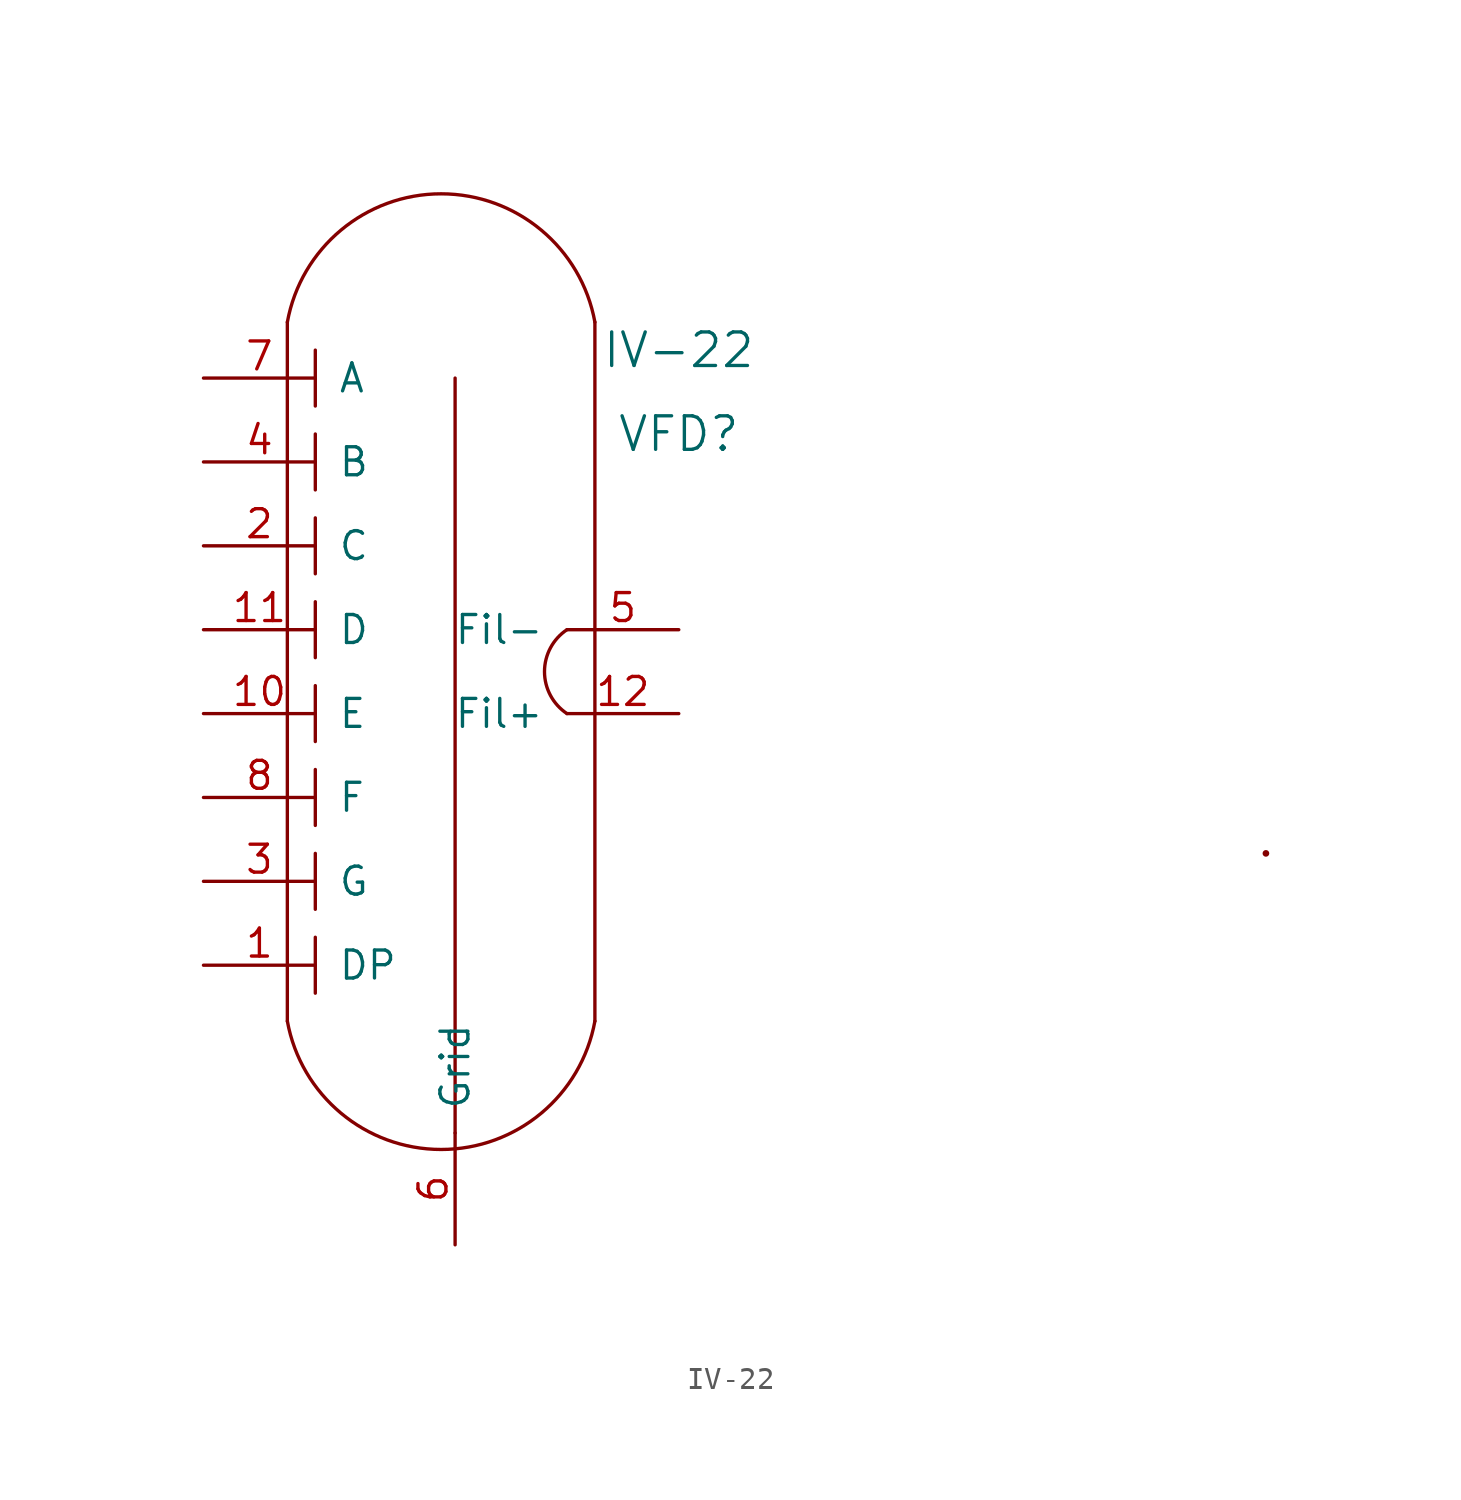
<source format=kicad_sym>
(kicad_symbol_lib
  (version 20211014)
  (generator kicad_symbol_editor)
  (symbol "IV-22"
    (pin_names
      (offset 1.016))
    (property "Reference" "VFD"
      (at 10.16 13.97 0)
      (effects (font (size 1.524 1.524))))
    (property "Value" "IV-22"
      (at 10.16 17.78 0)
      (effects (font (size 1.524 1.524))))
    (symbol "IV-22_0_1"
      (arc (start -7.62 -12.7) (mid -0.635 -18.5295) (end 6.35 -12.7) (stroke (width 0) (type default) (color 0 0 0 0)) (fill (type none)))
      (polyline (pts (xy -7.62 19.05) (xy -7.62 -12.7)) (stroke (width 0) (type default) (color 0 0 0 0)) (fill (type none)))
      (polyline (pts (xy -6.35 -8.89) (xy -6.35 -11.43)) (stroke (width 0) (type default) (color 0 0 0 0)) (fill (type none)))
      (polyline (pts (xy -6.35 -5.08) (xy -6.35 -7.62)) (stroke (width 0) (type default) (color 0 0 0 0)) (fill (type none)))
      (polyline (pts (xy -6.35 -1.27) (xy -6.35 -3.81)) (stroke (width 0) (type default) (color 0 0 0 0)) (fill (type none)))
      (polyline (pts (xy -6.35 2.54) (xy -6.35 0)) (stroke (width 0) (type default) (color 0 0 0 0)) (fill (type none)))
      (polyline (pts (xy -6.35 6.35) (xy -6.35 3.81)) (stroke (width 0) (type default) (color 0 0 0 0)) (fill (type none)))
      (polyline (pts (xy -6.35 10.16) (xy -6.35 7.62)) (stroke (width 0) (type default) (color 0 0 0 0)) (fill (type none)))
      (polyline (pts (xy -6.35 13.97) (xy -6.35 11.43)) (stroke (width 0) (type default) (color 0 0 0 0)) (fill (type none)))
      (polyline (pts (xy -6.35 17.78) (xy -6.35 15.24)) (stroke (width 0) (type default) (color 0 0 0 0)) (fill (type none)))
      (polyline (pts (xy 0 -17.78) (xy 0 16.51)) (stroke (width 0) (type default) (color 0 0 0 0)) (fill (type none)))
      (polyline (pts (xy 6.35 -12.7) (xy 6.35 19.05)) (stroke (width 0) (type default) (color 0 0 0 0)) (fill (type none)))
      (arc (start 5.08 5.08) (mid 4.0605 3.175) (end 5.08 1.27) (stroke (width 0) (type default) (color 0 0 0 0)) (fill (type none)))
      (arc (start 6.35 19.05) (mid -0.635 24.8795) (end -7.62 19.05) (stroke (width 0) (type default) (color 0 0 0 0)) (fill (type none)))
      (circle (center 36.83 -5.08) (radius 0.0001) (stroke (width 0) (type default) (color 0 0 0 0)) (fill (type none))))
    (symbol "IV-22_1_1"
      (pin output line (at -11.43 -10.16 0) (length 5.08) (name "DP" (effects (font (size 1.27 1.27)))) (number "1" (effects (font (size 1.27 1.27)))))
      (pin output line (at -11.43 1.27 0) (length 5.08) (name "E" (effects (font (size 1.27 1.27)))) (number "10" (effects (font (size 1.27 1.27)))))
      (pin output line (at -11.43 5.08 0) (length 5.08) (name "D" (effects (font (size 1.27 1.27)))) (number "11" (effects (font (size 1.27 1.27)))))
      (pin input line (at 10.16 1.27 180) (length 5.08) (name "Fil+" (effects (font (size 1.27 1.27)))) (number "12" (effects (font (size 1.27 1.27)))))
      (pin output line (at -11.43 8.89 0) (length 5.08) (name "C" (effects (font (size 1.27 1.27)))) (number "2" (effects (font (size 1.27 1.27)))))
      (pin output line (at -11.43 -6.35 0) (length 5.08) (name "G" (effects (font (size 1.27 1.27)))) (number "3" (effects (font (size 1.27 1.27)))))
      (pin output line (at -11.43 12.7 0) (length 5.08) (name "B" (effects (font (size 1.27 1.27)))) (number "4" (effects (font (size 1.27 1.27)))))
      (pin input line (at 10.16 5.08 180) (length 5.08) (name "Fil-" (effects (font (size 1.27 1.27)))) (number "5" (effects (font (size 1.27 1.27)))))
      (pin input line (at 0 -22.86 90) (length 5.08) (name "Grid" (effects (font (size 1.27 1.27)))) (number "6" (effects (font (size 1.27 1.27)))))
      (pin output line (at -11.43 16.51 0) (length 5.08) (name "A" (effects (font (size 1.27 1.27)))) (number "7" (effects (font (size 1.27 1.27)))))
      (pin output line (at -11.43 -2.54 0) (length 5.08) (name "F" (effects (font (size 1.27 1.27)))) (number "8" (effects (font (size 1.27 1.27))))))))
</source>
